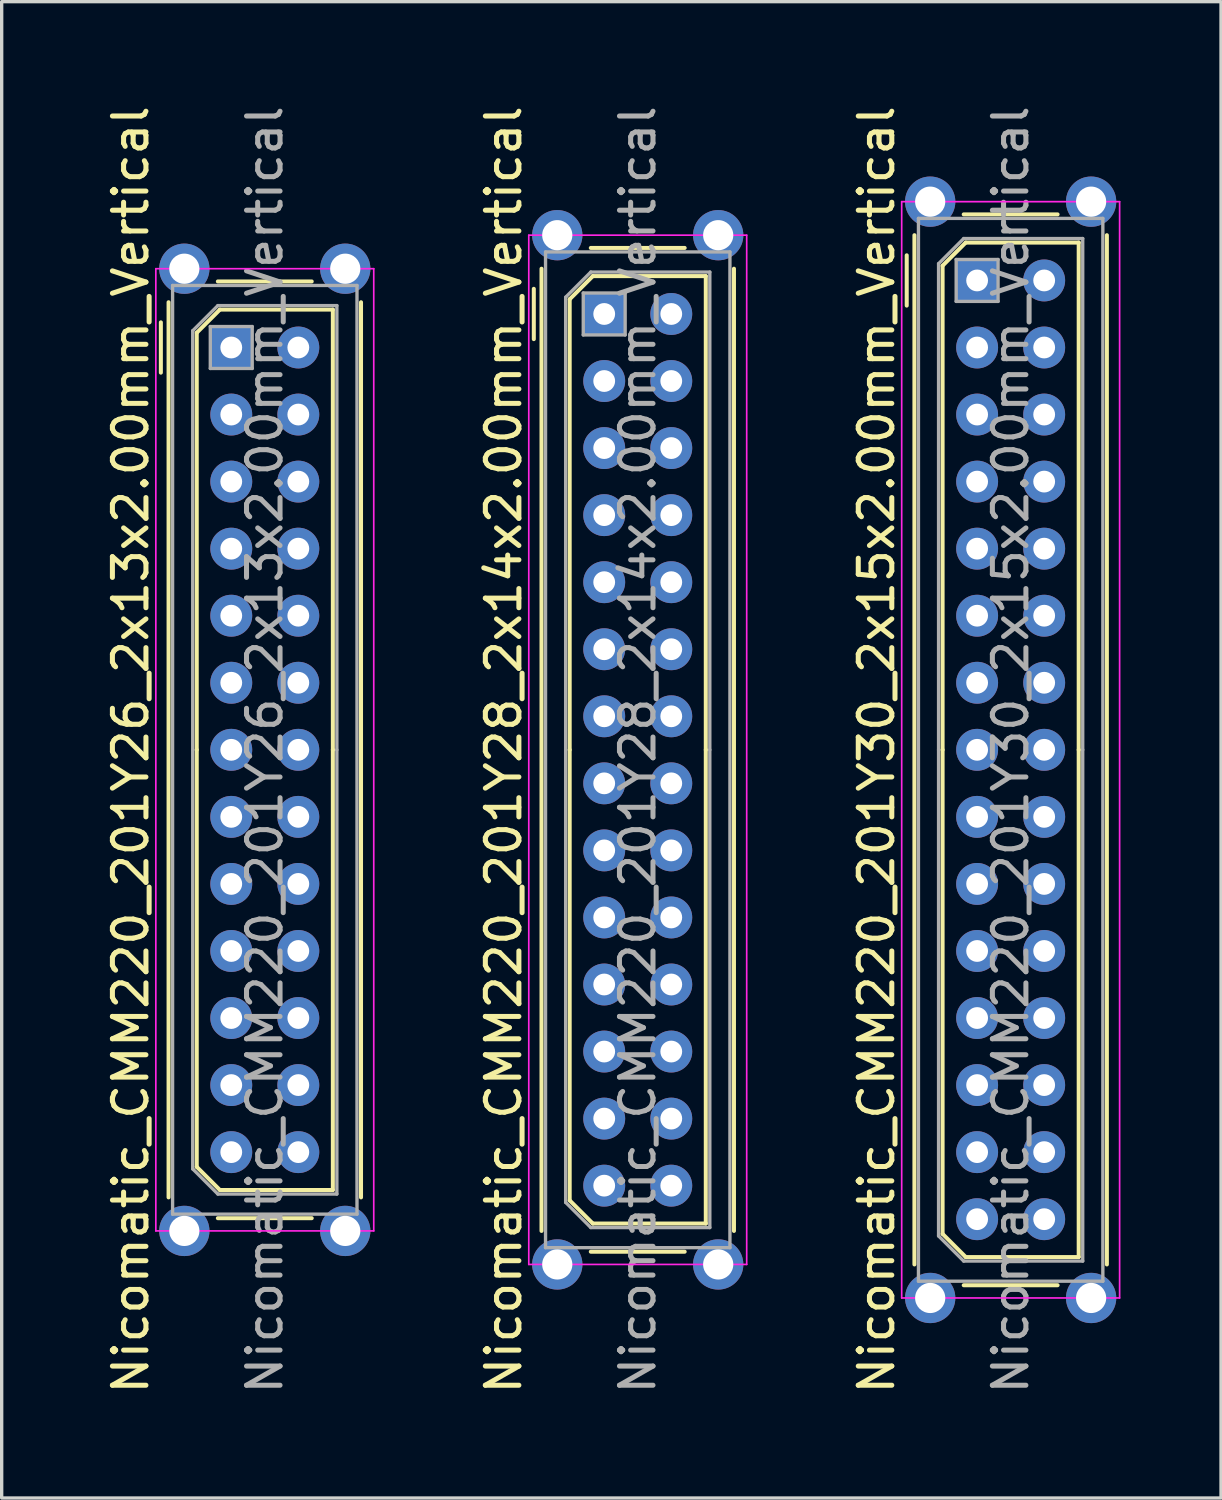
<source format=kicad_pcb>
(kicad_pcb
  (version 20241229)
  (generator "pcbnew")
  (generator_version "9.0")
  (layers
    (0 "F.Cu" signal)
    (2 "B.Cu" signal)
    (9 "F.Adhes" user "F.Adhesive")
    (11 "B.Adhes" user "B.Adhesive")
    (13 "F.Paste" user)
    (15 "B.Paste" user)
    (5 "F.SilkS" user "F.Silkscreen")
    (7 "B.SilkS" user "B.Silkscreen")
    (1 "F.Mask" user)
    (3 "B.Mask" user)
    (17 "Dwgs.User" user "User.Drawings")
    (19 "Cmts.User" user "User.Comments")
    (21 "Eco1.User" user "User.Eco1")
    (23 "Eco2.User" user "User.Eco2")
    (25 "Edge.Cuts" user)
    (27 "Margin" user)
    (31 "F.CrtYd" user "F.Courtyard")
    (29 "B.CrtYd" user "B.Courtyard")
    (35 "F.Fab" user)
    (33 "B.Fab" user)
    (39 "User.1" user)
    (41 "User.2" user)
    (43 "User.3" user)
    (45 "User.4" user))
  (footprint "Nicomatic_CMM220_201Y28_2x14x2.00mm_Vertical"
    (layer "F.Cu")
    (at 14.972 6.315)
    (property "Reference" "Nicomatic_CMM220_201Y28_2x14x2.00mm_Vertical" (at -3 13 90) (layer "F.SilkS") (effects (font (size 1 1) (thickness 0.15))))
    (attr through_hole)
    (fp_line (start -2.1 -0.75) (end -2.1 0.75) (stroke (width 0.12) (type solid)) (layer "F.SilkS"))
    (fp_line (start -1.87 27.35) (end -1.87 -1.35) (stroke (width 0.12) (type solid)) (layer "F.SilkS"))
    (fp_line (start -1.03 -0.44) (end -0.34 -1.13) (stroke (width 0.12) (type solid)) (layer "F.SilkS"))
    (fp_line (start -1.03 13) (end -1.03 -0.44) (stroke (width 0.12) (type solid)) (layer "F.SilkS"))
    (fp_line (start -1.03 13) (end -1.03 26.44) (stroke (width 0.12) (type solid)) (layer "F.SilkS"))
    (fp_line (start -1.03 26.44) (end -0.34 27.13) (stroke (width 0.12) (type solid)) (layer "F.SilkS"))
    (fp_line (start -0.4 -1.97) (end 2.4 -1.97) (stroke (width 0.12) (type solid)) (layer "F.SilkS"))
    (fp_line (start -0.4 27.97) (end 2.4 27.97) (stroke (width 0.12) (type solid)) (layer "F.SilkS"))
    (fp_line (start -0.34 -1.13) (end 3.03 -1.13) (stroke (width 0.12) (type solid)) (layer "F.SilkS"))
    (fp_line (start -0.34 27.13) (end 3.03 27.13) (stroke (width 0.12) (type solid)) (layer "F.SilkS"))
    (fp_line (start 3.03 -1.13) (end 3.03 13) (stroke (width 0.12) (type solid)) (layer "F.SilkS"))
    (fp_line (start 3.03 27.13) (end 3.03 13) (stroke (width 0.12) (type solid)) (layer "F.SilkS"))
    (fp_line (start 3.87 27.35) (end 3.87 -1.35) (stroke (width 0.12) (type solid)) (layer "F.SilkS"))
    (fp_line (start -2.25 -2.35) (end -2.25 28.35) (stroke (width 0.05) (type solid)) (layer "F.CrtYd"))
    (fp_line (start -2.25 28.35) (end 4.25 28.35) (stroke (width 0.05) (type solid)) (layer "F.CrtYd"))
    (fp_line (start 4.25 -2.35) (end -2.25 -2.35) (stroke (width 0.05) (type solid)) (layer "F.CrtYd"))
    (fp_line (start 4.25 28.35) (end 4.25 -2.35) (stroke (width 0.05) (type solid)) (layer "F.CrtYd"))
    (fp_line (start -1.75 -1.85) (end -1.75 27.85) (stroke (width 0.1) (type solid)) (layer "F.Fab"))
    (fp_line (start -1.75 27.85) (end 3.75 27.85) (stroke (width 0.1) (type solid)) (layer "F.Fab"))
    (fp_line (start -1.15 -0.5) (end -0.4 -1.25) (stroke (width 0.1) (type solid)) (layer "F.Fab"))
    (fp_line (start -1.15 13) (end -1.15 -0.5) (stroke (width 0.1) (type solid)) (layer "F.Fab"))
    (fp_line (start -1.15 13) (end -1.15 26.5) (stroke (width 0.1) (type solid)) (layer "F.Fab"))
    (fp_line (start -1.15 26.5) (end -0.4 27.25) (stroke (width 0.1) (type solid)) (layer "F.Fab"))
    (fp_line (start -0.625 -0.625) (end -0.625 0.625) (stroke (width 0.1) (type solid)) (layer "F.Fab"))
    (fp_line (start -0.625 0.625) (end 0.625 0.625) (stroke (width 0.1) (type solid)) (layer "F.Fab"))
    (fp_line (start -0.4 -1.25) (end 3.15 -1.25) (stroke (width 0.1) (type solid)) (layer "F.Fab"))
    (fp_line (start -0.4 27.25) (end 3.15 27.25) (stroke (width 0.1) (type solid)) (layer "F.Fab"))
    (fp_line (start 0.625 -0.625) (end -0.625 -0.625) (stroke (width 0.1) (type solid)) (layer "F.Fab"))
    (fp_line (start 0.625 0.625) (end 0.625 -0.625) (stroke (width 0.1) (type solid)) (layer "F.Fab"))
    (fp_line (start 3.15 -1.25) (end 3.15 13) (stroke (width 0.1) (type solid)) (layer "F.Fab"))
    (fp_line (start 3.15 27.25) (end 3.15 13) (stroke (width 0.1) (type solid)) (layer "F.Fab"))
    (fp_line (start 3.75 -1.85) (end -1.75 -1.85) (stroke (width 0.1) (type solid)) (layer "F.Fab"))
    (fp_line (start 3.75 27.85) (end 3.75 -1.85) (stroke (width 0.1) (type solid)) (layer "F.Fab"))
    (fp_text user "${REFERENCE}" (at 1 13 90) (layer "F.Fab") (effects (font (size 1 1) (thickness 0.15))))
    (pad "" thru_hole circle (at -1.4 -2.35) (size 1.5 1.5) (drill 0.9) (layers "*.Cu" "*.Mask"))
    (pad "" thru_hole circle (at -1.4 28.35) (size 1.5 1.5) (drill 0.9) (layers "*.Cu" "*.Mask"))
    (pad "" thru_hole circle (at 3.4 -2.35) (size 1.5 1.5) (drill 0.9) (layers "*.Cu" "*.Mask"))
    (pad "" thru_hole circle (at 3.4 28.35) (size 1.5 1.5) (drill 0.9) (layers "*.Cu" "*.Mask"))
    (pad "1" thru_hole rect (at 0 0) (size 1.25 1.25) (drill 0.65) (layers "*.Cu" "*.Mask"))
    (pad "2" thru_hole oval (at 0 2) (size 1.25 1.25) (drill 0.65) (layers "*.Cu" "*.Mask"))
    (pad "3" thru_hole oval (at 0 4) (size 1.25 1.25) (drill 0.65) (layers "*.Cu" "*.Mask"))
    (pad "4" thru_hole oval (at 0 6) (size 1.25 1.25) (drill 0.65) (layers "*.Cu" "*.Mask"))
    (pad "5" thru_hole oval (at 0 8) (size 1.25 1.25) (drill 0.65) (layers "*.Cu" "*.Mask"))
    (pad "6" thru_hole oval (at 0 10) (size 1.25 1.25) (drill 0.65) (layers "*.Cu" "*.Mask"))
    (pad "7" thru_hole oval (at 0 12) (size 1.25 1.25) (drill 0.65) (layers "*.Cu" "*.Mask"))
    (pad "8" thru_hole oval (at 0 14) (size 1.25 1.25) (drill 0.65) (layers "*.Cu" "*.Mask"))
    (pad "9" thru_hole oval (at 0 16) (size 1.25 1.25) (drill 0.65) (layers "*.Cu" "*.Mask"))
    (pad "10" thru_hole oval (at 0 18) (size 1.25 1.25) (drill 0.65) (layers "*.Cu" "*.Mask"))
    (pad "11" thru_hole oval (at 0 20) (size 1.25 1.25) (drill 0.65) (layers "*.Cu" "*.Mask"))
    (pad "12" thru_hole oval (at 0 22) (size 1.25 1.25) (drill 0.65) (layers "*.Cu" "*.Mask"))
    (pad "13" thru_hole oval (at 0 24) (size 1.25 1.25) (drill 0.65) (layers "*.Cu" "*.Mask"))
    (pad "14" thru_hole oval (at 0 26) (size 1.25 1.25) (drill 0.65) (layers "*.Cu" "*.Mask"))
    (pad "15" thru_hole oval (at 2 0) (size 1.25 1.25) (drill 0.65) (layers "*.Cu" "*.Mask"))
    (pad "16" thru_hole oval (at 2 2) (size 1.25 1.25) (drill 0.65) (layers "*.Cu" "*.Mask"))
    (pad "17" thru_hole oval (at 2 4) (size 1.25 1.25) (drill 0.65) (layers "*.Cu" "*.Mask"))
    (pad "18" thru_hole oval (at 2 6) (size 1.25 1.25) (drill 0.65) (layers "*.Cu" "*.Mask"))
    (pad "19" thru_hole oval (at 2 8) (size 1.25 1.25) (drill 0.65) (layers "*.Cu" "*.Mask"))
    (pad "20" thru_hole oval (at 2 10) (size 1.25 1.25) (drill 0.65) (layers "*.Cu" "*.Mask"))
    (pad "21" thru_hole oval (at 2 12) (size 1.25 1.25) (drill 0.65) (layers "*.Cu" "*.Mask"))
    (pad "22" thru_hole oval (at 2 14) (size 1.25 1.25) (drill 0.65) (layers "*.Cu" "*.Mask"))
    (pad "23" thru_hole oval (at 2 16) (size 1.25 1.25) (drill 0.65) (layers "*.Cu" "*.Mask"))
    (pad "24" thru_hole oval (at 2 18) (size 1.25 1.25) (drill 0.65) (layers "*.Cu" "*.Mask"))
    (pad "25" thru_hole oval (at 2 20) (size 1.25 1.25) (drill 0.65) (layers "*.Cu" "*.Mask"))
    (pad "26" thru_hole oval (at 2 22) (size 1.25 1.25) (drill 0.65) (layers "*.Cu" "*.Mask"))
    (pad "27" thru_hole oval (at 2 24) (size 1.25 1.25) (drill 0.65) (layers "*.Cu" "*.Mask"))
    (pad "28" thru_hole oval (at 2 26) (size 1.25 1.25) (drill 0.65) (layers "*.Cu" "*.Mask")))
  (footprint "Nicomatic_CMM220_201Y26_2x13x2.00mm_Vertical"
    (layer "F.Cu")
    (at 3.848 7.315)
    (property "Reference" "Nicomatic_CMM220_201Y26_2x13x2.00mm_Vertical" (at -3 12 90) (layer "F.SilkS") (effects (font (size 1 1) (thickness 0.15))))
    (attr through_hole)
    (fp_line (start -2.1 -0.75) (end -2.1 0.75) (stroke (width 0.12) (type solid)) (layer "F.SilkS"))
    (fp_line (start -1.87 25.35) (end -1.87 -1.35) (stroke (width 0.12) (type solid)) (layer "F.SilkS"))
    (fp_line (start -1.03 -0.44) (end -0.34 -1.13) (stroke (width 0.12) (type solid)) (layer "F.SilkS"))
    (fp_line (start -1.03 12) (end -1.03 -0.44) (stroke (width 0.12) (type solid)) (layer "F.SilkS"))
    (fp_line (start -1.03 12) (end -1.03 24.44) (stroke (width 0.12) (type solid)) (layer "F.SilkS"))
    (fp_line (start -1.03 24.44) (end -0.34 25.13) (stroke (width 0.12) (type solid)) (layer "F.SilkS"))
    (fp_line (start -0.4 -1.97) (end 2.4 -1.97) (stroke (width 0.12) (type solid)) (layer "F.SilkS"))
    (fp_line (start -0.4 25.97) (end 2.4 25.97) (stroke (width 0.12) (type solid)) (layer "F.SilkS"))
    (fp_line (start -0.34 -1.13) (end 3.03 -1.13) (stroke (width 0.12) (type solid)) (layer "F.SilkS"))
    (fp_line (start -0.34 25.13) (end 3.03 25.13) (stroke (width 0.12) (type solid)) (layer "F.SilkS"))
    (fp_line (start 3.03 -1.13) (end 3.03 12) (stroke (width 0.12) (type solid)) (layer "F.SilkS"))
    (fp_line (start 3.03 25.13) (end 3.03 12) (stroke (width 0.12) (type solid)) (layer "F.SilkS"))
    (fp_line (start 3.87 25.35) (end 3.87 -1.35) (stroke (width 0.12) (type solid)) (layer "F.SilkS"))
    (fp_line (start -2.25 -2.35) (end -2.25 26.35) (stroke (width 0.05) (type solid)) (layer "F.CrtYd"))
    (fp_line (start -2.25 26.35) (end 4.25 26.35) (stroke (width 0.05) (type solid)) (layer "F.CrtYd"))
    (fp_line (start 4.25 -2.35) (end -2.25 -2.35) (stroke (width 0.05) (type solid)) (layer "F.CrtYd"))
    (fp_line (start 4.25 26.35) (end 4.25 -2.35) (stroke (width 0.05) (type solid)) (layer "F.CrtYd"))
    (fp_line (start -1.75 -1.85) (end -1.75 25.85) (stroke (width 0.1) (type solid)) (layer "F.Fab"))
    (fp_line (start -1.75 25.85) (end 3.75 25.85) (stroke (width 0.1) (type solid)) (layer "F.Fab"))
    (fp_line (start -1.15 -0.5) (end -0.4 -1.25) (stroke (width 0.1) (type solid)) (layer "F.Fab"))
    (fp_line (start -1.15 12) (end -1.15 -0.5) (stroke (width 0.1) (type solid)) (layer "F.Fab"))
    (fp_line (start -1.15 12) (end -1.15 24.5) (stroke (width 0.1) (type solid)) (layer "F.Fab"))
    (fp_line (start -1.15 24.5) (end -0.4 25.25) (stroke (width 0.1) (type solid)) (layer "F.Fab"))
    (fp_line (start -0.625 -0.625) (end -0.625 0.625) (stroke (width 0.1) (type solid)) (layer "F.Fab"))
    (fp_line (start -0.625 0.625) (end 0.625 0.625) (stroke (width 0.1) (type solid)) (layer "F.Fab"))
    (fp_line (start -0.4 -1.25) (end 3.15 -1.25) (stroke (width 0.1) (type solid)) (layer "F.Fab"))
    (fp_line (start -0.4 25.25) (end 3.15 25.25) (stroke (width 0.1) (type solid)) (layer "F.Fab"))
    (fp_line (start 0.625 -0.625) (end -0.625 -0.625) (stroke (width 0.1) (type solid)) (layer "F.Fab"))
    (fp_line (start 0.625 0.625) (end 0.625 -0.625) (stroke (width 0.1) (type solid)) (layer "F.Fab"))
    (fp_line (start 3.15 -1.25) (end 3.15 12) (stroke (width 0.1) (type solid)) (layer "F.Fab"))
    (fp_line (start 3.15 25.25) (end 3.15 12) (stroke (width 0.1) (type solid)) (layer "F.Fab"))
    (fp_line (start 3.75 -1.85) (end -1.75 -1.85) (stroke (width 0.1) (type solid)) (layer "F.Fab"))
    (fp_line (start 3.75 25.85) (end 3.75 -1.85) (stroke (width 0.1) (type solid)) (layer "F.Fab"))
    (fp_text user "${REFERENCE}" (at 1 12 90) (layer "F.Fab") (effects (font (size 1 1) (thickness 0.15))))
    (pad "" thru_hole circle (at -1.4 -2.35) (size 1.5 1.5) (drill 0.9) (layers "*.Cu" "*.Mask"))
    (pad "" thru_hole circle (at -1.4 26.35) (size 1.5 1.5) (drill 0.9) (layers "*.Cu" "*.Mask"))
    (pad "" thru_hole circle (at 3.4 -2.35) (size 1.5 1.5) (drill 0.9) (layers "*.Cu" "*.Mask"))
    (pad "" thru_hole circle (at 3.4 26.35) (size 1.5 1.5) (drill 0.9) (layers "*.Cu" "*.Mask"))
    (pad "1" thru_hole rect (at 0 0) (size 1.25 1.25) (drill 0.65) (layers "*.Cu" "*.Mask"))
    (pad "2" thru_hole oval (at 0 2) (size 1.25 1.25) (drill 0.65) (layers "*.Cu" "*.Mask"))
    (pad "3" thru_hole oval (at 0 4) (size 1.25 1.25) (drill 0.65) (layers "*.Cu" "*.Mask"))
    (pad "4" thru_hole oval (at 0 6) (size 1.25 1.25) (drill 0.65) (layers "*.Cu" "*.Mask"))
    (pad "5" thru_hole oval (at 0 8) (size 1.25 1.25) (drill 0.65) (layers "*.Cu" "*.Mask"))
    (pad "6" thru_hole oval (at 0 10) (size 1.25 1.25) (drill 0.65) (layers "*.Cu" "*.Mask"))
    (pad "7" thru_hole oval (at 0 12) (size 1.25 1.25) (drill 0.65) (layers "*.Cu" "*.Mask"))
    (pad "8" thru_hole oval (at 0 14) (size 1.25 1.25) (drill 0.65) (layers "*.Cu" "*.Mask"))
    (pad "9" thru_hole oval (at 0 16) (size 1.25 1.25) (drill 0.65) (layers "*.Cu" "*.Mask"))
    (pad "10" thru_hole oval (at 0 18) (size 1.25 1.25) (drill 0.65) (layers "*.Cu" "*.Mask"))
    (pad "11" thru_hole oval (at 0 20) (size 1.25 1.25) (drill 0.65) (layers "*.Cu" "*.Mask"))
    (pad "12" thru_hole oval (at 0 22) (size 1.25 1.25) (drill 0.65) (layers "*.Cu" "*.Mask"))
    (pad "13" thru_hole oval (at 0 24) (size 1.25 1.25) (drill 0.65) (layers "*.Cu" "*.Mask"))
    (pad "14" thru_hole oval (at 2 0) (size 1.25 1.25) (drill 0.65) (layers "*.Cu" "*.Mask"))
    (pad "15" thru_hole oval (at 2 2) (size 1.25 1.25) (drill 0.65) (layers "*.Cu" "*.Mask"))
    (pad "16" thru_hole oval (at 2 4) (size 1.25 1.25) (drill 0.65) (layers "*.Cu" "*.Mask"))
    (pad "17" thru_hole oval (at 2 6) (size 1.25 1.25) (drill 0.65) (layers "*.Cu" "*.Mask"))
    (pad "18" thru_hole oval (at 2 8) (size 1.25 1.25) (drill 0.65) (layers "*.Cu" "*.Mask"))
    (pad "19" thru_hole oval (at 2 10) (size 1.25 1.25) (drill 0.65) (layers "*.Cu" "*.Mask"))
    (pad "20" thru_hole oval (at 2 12) (size 1.25 1.25) (drill 0.65) (layers "*.Cu" "*.Mask"))
    (pad "21" thru_hole oval (at 2 14) (size 1.25 1.25) (drill 0.65) (layers "*.Cu" "*.Mask"))
    (pad "22" thru_hole oval (at 2 16) (size 1.25 1.25) (drill 0.65) (layers "*.Cu" "*.Mask"))
    (pad "23" thru_hole oval (at 2 18) (size 1.25 1.25) (drill 0.65) (layers "*.Cu" "*.Mask"))
    (pad "24" thru_hole oval (at 2 20) (size 1.25 1.25) (drill 0.65) (layers "*.Cu" "*.Mask"))
    (pad "25" thru_hole oval (at 2 22) (size 1.25 1.25) (drill 0.65) (layers "*.Cu" "*.Mask"))
    (pad "26" thru_hole oval (at 2 24) (size 1.25 1.25) (drill 0.65) (layers "*.Cu" "*.Mask")))
  (footprint "Nicomatic_CMM220_201Y30_2x15x2.00mm_Vertical"
    (layer "F.Cu")
    (at 26.095 5.315)
    (property "Reference" "Nicomatic_CMM220_201Y30_2x15x2.00mm_Vertical" (at -3 14 90) (layer "F.SilkS") (effects (font (size 1 1) (thickness 0.15))))
    (attr through_hole)
    (fp_line (start -2.1 -0.75) (end -2.1 0.75) (stroke (width 0.12) (type solid)) (layer "F.SilkS"))
    (fp_line (start -1.87 29.35) (end -1.87 -1.35) (stroke (width 0.12) (type solid)) (layer "F.SilkS"))
    (fp_line (start -1.03 -0.44) (end -0.34 -1.13) (stroke (width 0.12) (type solid)) (layer "F.SilkS"))
    (fp_line (start -1.03 14) (end -1.03 -0.44) (stroke (width 0.12) (type solid)) (layer "F.SilkS"))
    (fp_line (start -1.03 14) (end -1.03 28.44) (stroke (width 0.12) (type solid)) (layer "F.SilkS"))
    (fp_line (start -1.03 28.44) (end -0.34 29.13) (stroke (width 0.12) (type solid)) (layer "F.SilkS"))
    (fp_line (start -0.4 -1.97) (end 2.4 -1.97) (stroke (width 0.12) (type solid)) (layer "F.SilkS"))
    (fp_line (start -0.4 29.97) (end 2.4 29.97) (stroke (width 0.12) (type solid)) (layer "F.SilkS"))
    (fp_line (start -0.34 -1.13) (end 3.03 -1.13) (stroke (width 0.12) (type solid)) (layer "F.SilkS"))
    (fp_line (start -0.34 29.13) (end 3.03 29.13) (stroke (width 0.12) (type solid)) (layer "F.SilkS"))
    (fp_line (start 3.03 -1.13) (end 3.03 14) (stroke (width 0.12) (type solid)) (layer "F.SilkS"))
    (fp_line (start 3.03 29.13) (end 3.03 14) (stroke (width 0.12) (type solid)) (layer "F.SilkS"))
    (fp_line (start 3.87 29.35) (end 3.87 -1.35) (stroke (width 0.12) (type solid)) (layer "F.SilkS"))
    (fp_line (start -2.25 -2.35) (end -2.25 30.35) (stroke (width 0.05) (type solid)) (layer "F.CrtYd"))
    (fp_line (start -2.25 30.35) (end 4.25 30.35) (stroke (width 0.05) (type solid)) (layer "F.CrtYd"))
    (fp_line (start 4.25 -2.35) (end -2.25 -2.35) (stroke (width 0.05) (type solid)) (layer "F.CrtYd"))
    (fp_line (start 4.25 30.35) (end 4.25 -2.35) (stroke (width 0.05) (type solid)) (layer "F.CrtYd"))
    (fp_line (start -1.75 -1.85) (end -1.75 29.85) (stroke (width 0.1) (type solid)) (layer "F.Fab"))
    (fp_line (start -1.75 29.85) (end 3.75 29.85) (stroke (width 0.1) (type solid)) (layer "F.Fab"))
    (fp_line (start -1.15 -0.5) (end -0.4 -1.25) (stroke (width 0.1) (type solid)) (layer "F.Fab"))
    (fp_line (start -1.15 14) (end -1.15 -0.5) (stroke (width 0.1) (type solid)) (layer "F.Fab"))
    (fp_line (start -1.15 14) (end -1.15 28.5) (stroke (width 0.1) (type solid)) (layer "F.Fab"))
    (fp_line (start -1.15 28.5) (end -0.4 29.25) (stroke (width 0.1) (type solid)) (layer "F.Fab"))
    (fp_line (start -0.625 -0.625) (end -0.625 0.625) (stroke (width 0.1) (type solid)) (layer "F.Fab"))
    (fp_line (start -0.625 0.625) (end 0.625 0.625) (stroke (width 0.1) (type solid)) (layer "F.Fab"))
    (fp_line (start -0.4 -1.25) (end 3.15 -1.25) (stroke (width 0.1) (type solid)) (layer "F.Fab"))
    (fp_line (start -0.4 29.25) (end 3.15 29.25) (stroke (width 0.1) (type solid)) (layer "F.Fab"))
    (fp_line (start 0.625 -0.625) (end -0.625 -0.625) (stroke (width 0.1) (type solid)) (layer "F.Fab"))
    (fp_line (start 0.625 0.625) (end 0.625 -0.625) (stroke (width 0.1) (type solid)) (layer "F.Fab"))
    (fp_line (start 3.15 -1.25) (end 3.15 14) (stroke (width 0.1) (type solid)) (layer "F.Fab"))
    (fp_line (start 3.15 29.25) (end 3.15 14) (stroke (width 0.1) (type solid)) (layer "F.Fab"))
    (fp_line (start 3.75 -1.85) (end -1.75 -1.85) (stroke (width 0.1) (type solid)) (layer "F.Fab"))
    (fp_line (start 3.75 29.85) (end 3.75 -1.85) (stroke (width 0.1) (type solid)) (layer "F.Fab"))
    (fp_text user "${REFERENCE}" (at 1 14 90) (layer "F.Fab") (effects (font (size 1 1) (thickness 0.15))))
    (pad "" thru_hole circle (at -1.4 -2.35) (size 1.5 1.5) (drill 0.9) (layers "*.Cu" "*.Mask"))
    (pad "" thru_hole circle (at -1.4 30.35) (size 1.5 1.5) (drill 0.9) (layers "*.Cu" "*.Mask"))
    (pad "" thru_hole circle (at 3.4 -2.35) (size 1.5 1.5) (drill 0.9) (layers "*.Cu" "*.Mask"))
    (pad "" thru_hole circle (at 3.4 30.35) (size 1.5 1.5) (drill 0.9) (layers "*.Cu" "*.Mask"))
    (pad "1" thru_hole rect (at 0 0) (size 1.25 1.25) (drill 0.65) (layers "*.Cu" "*.Mask"))
    (pad "2" thru_hole oval (at 0 2) (size 1.25 1.25) (drill 0.65) (layers "*.Cu" "*.Mask"))
    (pad "3" thru_hole oval (at 0 4) (size 1.25 1.25) (drill 0.65) (layers "*.Cu" "*.Mask"))
    (pad "4" thru_hole oval (at 0 6) (size 1.25 1.25) (drill 0.65) (layers "*.Cu" "*.Mask"))
    (pad "5" thru_hole oval (at 0 8) (size 1.25 1.25) (drill 0.65) (layers "*.Cu" "*.Mask"))
    (pad "6" thru_hole oval (at 0 10) (size 1.25 1.25) (drill 0.65) (layers "*.Cu" "*.Mask"))
    (pad "7" thru_hole oval (at 0 12) (size 1.25 1.25) (drill 0.65) (layers "*.Cu" "*.Mask"))
    (pad "8" thru_hole oval (at 0 14) (size 1.25 1.25) (drill 0.65) (layers "*.Cu" "*.Mask"))
    (pad "9" thru_hole oval (at 0 16) (size 1.25 1.25) (drill 0.65) (layers "*.Cu" "*.Mask"))
    (pad "10" thru_hole oval (at 0 18) (size 1.25 1.25) (drill 0.65) (layers "*.Cu" "*.Mask"))
    (pad "11" thru_hole oval (at 0 20) (size 1.25 1.25) (drill 0.65) (layers "*.Cu" "*.Mask"))
    (pad "12" thru_hole oval (at 0 22) (size 1.25 1.25) (drill 0.65) (layers "*.Cu" "*.Mask"))
    (pad "13" thru_hole oval (at 0 24) (size 1.25 1.25) (drill 0.65) (layers "*.Cu" "*.Mask"))
    (pad "14" thru_hole oval (at 0 26) (size 1.25 1.25) (drill 0.65) (layers "*.Cu" "*.Mask"))
    (pad "15" thru_hole oval (at 0 28) (size 1.25 1.25) (drill 0.65) (layers "*.Cu" "*.Mask"))
    (pad "16" thru_hole oval (at 2 0) (size 1.25 1.25) (drill 0.65) (layers "*.Cu" "*.Mask"))
    (pad "17" thru_hole oval (at 2 2) (size 1.25 1.25) (drill 0.65) (layers "*.Cu" "*.Mask"))
    (pad "18" thru_hole oval (at 2 4) (size 1.25 1.25) (drill 0.65) (layers "*.Cu" "*.Mask"))
    (pad "19" thru_hole oval (at 2 6) (size 1.25 1.25) (drill 0.65) (layers "*.Cu" "*.Mask"))
    (pad "20" thru_hole oval (at 2 8) (size 1.25 1.25) (drill 0.65) (layers "*.Cu" "*.Mask"))
    (pad "21" thru_hole oval (at 2 10) (size 1.25 1.25) (drill 0.65) (layers "*.Cu" "*.Mask"))
    (pad "22" thru_hole oval (at 2 12) (size 1.25 1.25) (drill 0.65) (layers "*.Cu" "*.Mask"))
    (pad "23" thru_hole oval (at 2 14) (size 1.25 1.25) (drill 0.65) (layers "*.Cu" "*.Mask"))
    (pad "24" thru_hole oval (at 2 16) (size 1.25 1.25) (drill 0.65) (layers "*.Cu" "*.Mask"))
    (pad "25" thru_hole oval (at 2 18) (size 1.25 1.25) (drill 0.65) (layers "*.Cu" "*.Mask"))
    (pad "26" thru_hole oval (at 2 20) (size 1.25 1.25) (drill 0.65) (layers "*.Cu" "*.Mask"))
    (pad "27" thru_hole oval (at 2 22) (size 1.25 1.25) (drill 0.65) (layers "*.Cu" "*.Mask"))
    (pad "28" thru_hole oval (at 2 24) (size 1.25 1.25) (drill 0.65) (layers "*.Cu" "*.Mask"))
    (pad "29" thru_hole oval (at 2 26) (size 1.25 1.25) (drill 0.65) (layers "*.Cu" "*.Mask"))
    (pad "30" thru_hole oval (at 2 28) (size 1.25 1.25) (drill 0.65) (layers "*.Cu" "*.Mask")))
  (gr_rect
    (start -3 -3)
    (end 33.37 41.631)
    (stroke (width 0.1) (type default))
    (fill no)
    (layer "Edge.Cuts")))
</source>
